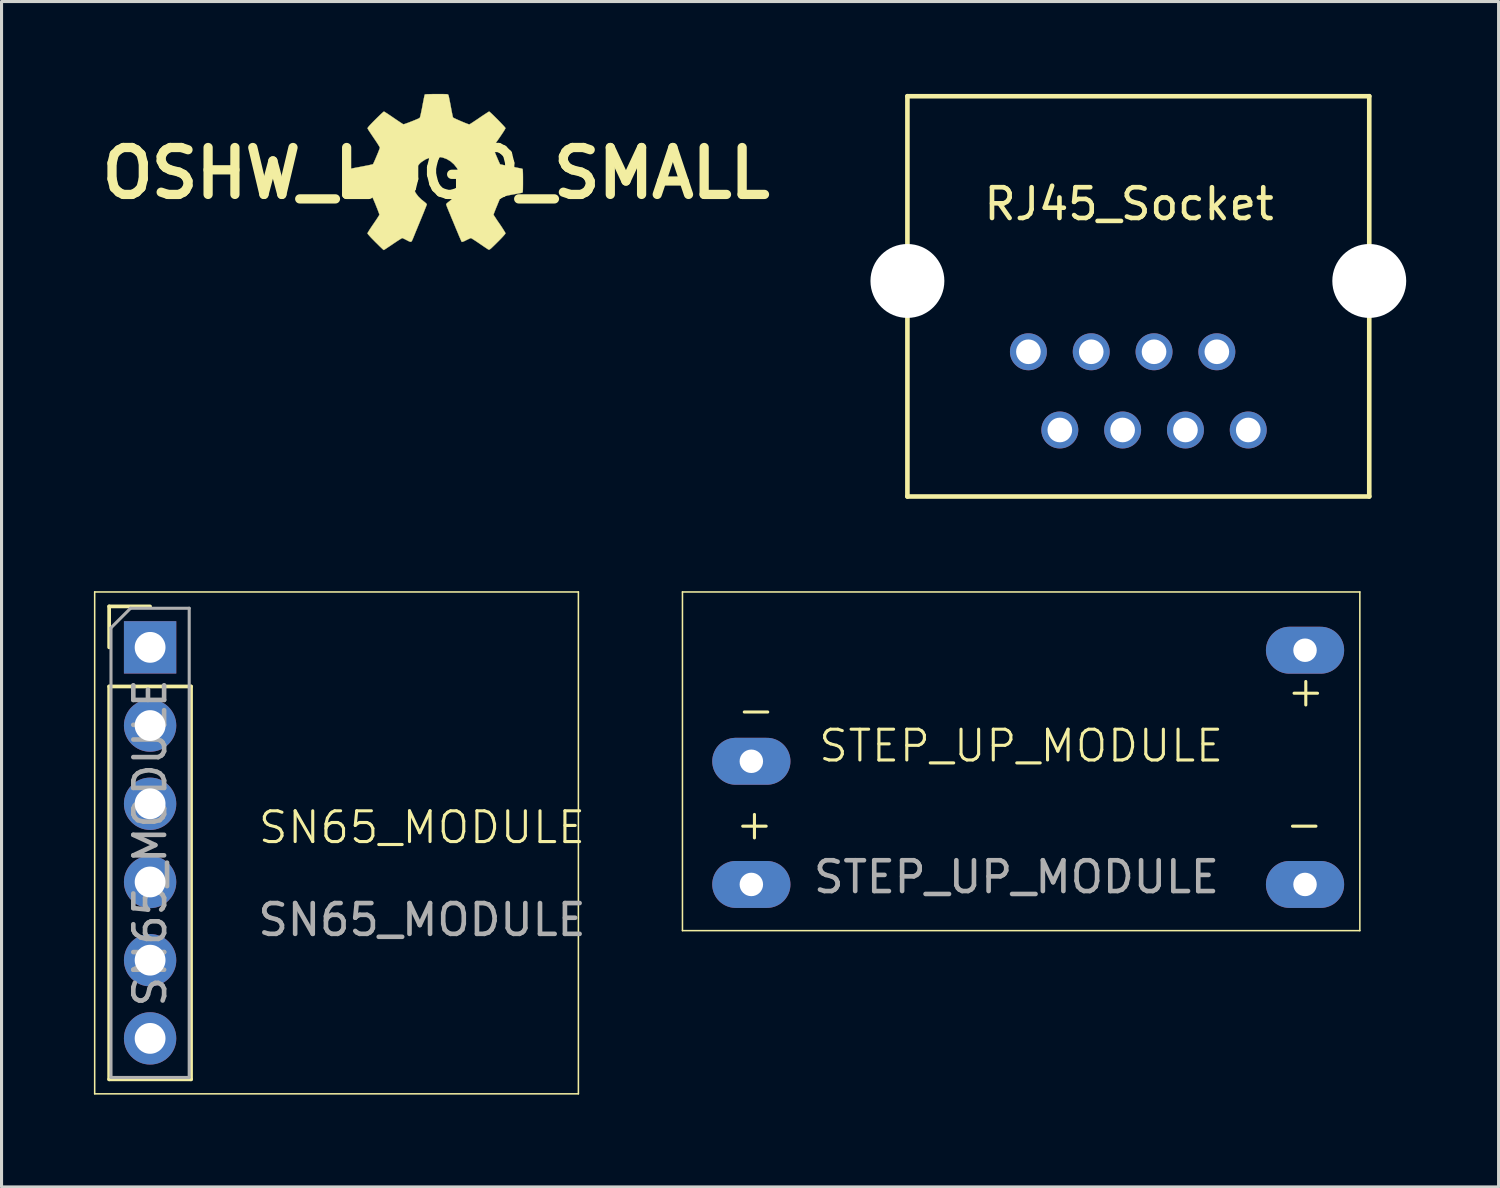
<source format=kicad_pcb>
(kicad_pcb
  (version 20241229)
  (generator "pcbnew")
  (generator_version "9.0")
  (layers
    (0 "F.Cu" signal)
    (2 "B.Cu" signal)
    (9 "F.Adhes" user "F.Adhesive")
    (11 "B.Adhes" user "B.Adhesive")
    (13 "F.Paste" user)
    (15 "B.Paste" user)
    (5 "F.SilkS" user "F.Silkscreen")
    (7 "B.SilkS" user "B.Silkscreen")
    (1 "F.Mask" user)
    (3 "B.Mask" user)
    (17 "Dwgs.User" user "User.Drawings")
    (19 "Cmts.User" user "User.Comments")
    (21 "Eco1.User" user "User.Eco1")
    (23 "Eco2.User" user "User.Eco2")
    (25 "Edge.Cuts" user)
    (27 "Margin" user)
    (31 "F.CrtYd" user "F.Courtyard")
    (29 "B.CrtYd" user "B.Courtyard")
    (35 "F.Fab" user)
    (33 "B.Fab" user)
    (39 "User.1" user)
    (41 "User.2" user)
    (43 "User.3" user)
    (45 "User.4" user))
  (footprint "RJ45_Socket"
    (layer "F.Cu")
    (at 33.921 6.075)
    (property "Reference" "RJ45_Socket" (at -0.3 -2.5 0) (layer "F.SilkS") (effects (font (size 1 1) (thickness 0.15))))
    (attr through_hole)
    (fp_line (start -7.5 -6) (end 7.5 -6) (stroke (width 0.15) (type solid)) (layer "F.SilkS"))
    (fp_line (start -7.5 7) (end -7.5 -6) (stroke (width 0.15) (type solid)) (layer "F.SilkS"))
    (fp_line (start 7.5 -6) (end 7.5 7) (stroke (width 0.15) (type solid)) (layer "F.SilkS"))
    (fp_line (start 7.5 7) (end -7.5 7) (stroke (width 0.15) (type solid)) (layer "F.SilkS"))
    (pad "" np_thru_hole circle (at -7.5 0) (size 2.4 2.4) (drill 2.4) (layers "*.Cu" "*.Mask"))
    (pad "" np_thru_hole circle (at 7.5 0) (size 2.4 2.4) (drill 2.4) (layers "*.Cu" "*.Mask"))
    (pad "1" thru_hole circle (at -3.57 2.3) (size 1.2 1.2) (drill 0.8) (layers "*.Cu" "*.Mask"))
    (pad "2" thru_hole circle (at -2.55 4.84) (size 1.2 1.2) (drill 0.8) (layers "*.Cu" "*.Mask"))
    (pad "3" thru_hole circle (at -1.53 2.3) (size 1.2 1.2) (drill 0.8) (layers "*.Cu" "*.Mask"))
    (pad "4" thru_hole circle (at -0.51 4.84) (size 1.2 1.2) (drill 0.8) (layers "*.Cu" "*.Mask"))
    (pad "5" thru_hole circle (at 0.51 2.3) (size 1.2 1.2) (drill 0.8) (layers "*.Cu" "*.Mask"))
    (pad "6" thru_hole circle (at 1.53 4.84) (size 1.2 1.2) (drill 0.8) (layers "*.Cu" "*.Mask"))
    (pad "7" thru_hole circle (at 2.55 2.3) (size 1.2 1.2) (drill 0.8) (layers "*.Cu" "*.Mask"))
    (pad "8" thru_hole circle (at 3.57 4.84) (size 1.2 1.2) (drill 0.8) (layers "*.Cu" "*.Mask")))
  (footprint "STEP_UP_MODULE"
    (layer "F.Cu")
    (at 30.115 21.675)
    (property "Reference" "STEP_UP_MODULE" (at 0 -0.5 0) (unlocked yes) (layer "F.SilkS") (effects (font (size 1 1) (thickness 0.1))))
    (attr through_hole)
    (fp_line (start -11 -5.5) (end 11 -5.5) (stroke (width 0.05) (type default)) (layer "F.SilkS"))
    (fp_line (start -11 5.5) (end -11 -5.5) (stroke (width 0.05) (type default)) (layer "F.SilkS"))
    (fp_line (start 11 -5.5) (end 11 5.5) (stroke (width 0.05) (type default)) (layer "F.SilkS"))
    (fp_line (start 11 5.5) (end -11 5.5) (stroke (width 0.05) (type default)) (layer "F.SilkS"))
    (fp_text user "+" (at -9.347 2.616 0) (unlocked yes) (layer "F.SilkS") (effects (font (size 1 1) (thickness 0.1)) (justify left bottom)))
    (fp_text user "-" (at -9.296 -1.092 0) (unlocked yes) (layer "F.SilkS") (effects (font (size 1 1) (thickness 0.1)) (justify left bottom)))
    (fp_text user "+" (at 8.56 -1.702 0) (unlocked yes) (layer "F.SilkS") (effects (font (size 1 1) (thickness 0.1)) (justify left bottom)))
    (fp_text user "-" (at 8.509 2.616 0) (unlocked yes) (layer "F.SilkS") (effects (font (size 1 1) (thickness 0.1)) (justify left bottom)))
    (fp_text user "${REFERENCE}" (at -0.152 3.759 0) (unlocked yes) (layer "F.Fab") (effects (font (size 1 1) (thickness 0.15))))
    (pad "1" thru_hole oval (at -8.763 0) (size 2.54 1.524) (drill 0.762) (layers "*.Cu" "*.Mask"))
    (pad "2" thru_hole oval (at -8.763 4) (size 2.54 1.524) (drill 0.762) (layers "*.Cu" "*.Mask"))
    (pad "3" thru_hole oval (at 9.22 4) (size 2.54 1.524) (drill 0.762) (layers "*.Cu" "*.Mask"))
    (pad "4" thru_hole oval (at 9.22 -3.607) (size 2.54 1.524) (drill 0.762) (layers "*.Cu" "*.Mask")))
  (footprint "OSHW_LOGO_SMALL"
    (layer "F.Cu")
    (at 11.111 2.575)
    (property "Reference" "OSHW_LOGO_SMALL" (at 0 0 0) (layer "F.SilkS") (effects (font (size 1.524 1.524) (thickness 0.3))))
    (attr through_hole)
    (fp_poly (pts (xy 0.131 -2.57) (xy 0.22 -2.569) (xy 0.286 -2.568) (xy 0.333 -2.567) (xy 0.364 -2.563) (xy 0.383 -2.559) (xy 0.394 -2.552) (xy 0.4 -2.543) (xy 0.403 -2.536) (xy 0.41 -2.512) (xy 0.421 -2.463) (xy 0.435 -2.395) (xy 0.452 -2.31) (xy 0.47 -2.216) (xy 0.479 -2.167) (xy 0.497 -2.07) (xy 0.514 -1.981) (xy 0.529 -1.907) (xy 0.541 -1.851) (xy 0.549 -1.817) (xy 0.552 -1.81) (xy 0.568 -1.799) (xy 0.607 -1.779) (xy 0.663 -1.753) (xy 0.731 -1.723) (xy 0.804 -1.691) (xy 0.879 -1.659) (xy 0.95 -1.63) (xy 1.01 -1.607) (xy 1.056 -1.59) (xy 1.081 -1.584) (xy 1.082 -1.584) (xy 1.098 -1.592) (xy 1.135 -1.615) (xy 1.19 -1.65) (xy 1.259 -1.696) (xy 1.339 -1.749) (xy 1.403 -1.793) (xy 1.488 -1.851) (xy 1.565 -1.902) (xy 1.631 -1.945) (xy 1.682 -1.978) (xy 1.714 -1.997) (xy 1.725 -2.002) (xy 1.741 -1.992) (xy 1.774 -1.963) (xy 1.82 -1.92) (xy 1.876 -1.866) (xy 1.938 -1.804) (xy 2.004 -1.739) (xy 2.068 -1.673) (xy 2.128 -1.61) (xy 2.181 -1.554) (xy 2.222 -1.509) (xy 2.248 -1.477) (xy 2.256 -1.464) (xy 2.249 -1.445) (xy 2.228 -1.407) (xy 2.192 -1.35) (xy 2.141 -1.272) (xy 2.074 -1.173) (xy 1.99 -1.051) (xy 1.948 -0.991) (xy 1.91 -0.934) (xy 1.879 -0.884) (xy 1.859 -0.848) (xy 1.853 -0.832) (xy 1.858 -0.813) (xy 1.874 -0.772) (xy 1.897 -0.714) (xy 1.925 -0.645) (xy 1.956 -0.57) (xy 1.989 -0.494) (xy 2.019 -0.423) (xy 2.046 -0.362) (xy 2.067 -0.316) (xy 2.08 -0.292) (xy 2.082 -0.289) (xy 2.098 -0.284) (xy 2.14 -0.275) (xy 2.202 -0.262) (xy 2.282 -0.246) (xy 2.374 -0.228) (xy 2.436 -0.216) (xy 2.535 -0.198) (xy 2.624 -0.18) (xy 2.7 -0.165) (xy 2.758 -0.154) (xy 2.794 -0.146) (xy 2.803 -0.143) (xy 2.81 -0.136) (xy 2.815 -0.118) (xy 2.818 -0.085) (xy 2.821 -0.035) (xy 2.823 0.035) (xy 2.824 0.129) (xy 2.824 0.245) (xy 2.824 0.362) (xy 2.823 0.452) (xy 2.822 0.52) (xy 2.82 0.568) (xy 2.817 0.6) (xy 2.812 0.619) (xy 2.806 0.629) (xy 2.798 0.633) (xy 2.772 0.639) (xy 2.725 0.649) (xy 2.665 0.66) (xy 2.637 0.665) (xy 2.492 0.691) (xy 2.373 0.714) (xy 2.279 0.732) (xy 2.208 0.748) (xy 2.156 0.761) (xy 2.121 0.772) (xy 2.102 0.782) (xy 2.096 0.786) (xy 2.086 0.806) (xy 2.067 0.848) (xy 2.042 0.907) (xy 2.013 0.977) (xy 1.982 1.053) (xy 1.95 1.13) (xy 1.921 1.203) (xy 1.896 1.267) (xy 1.878 1.316) (xy 1.869 1.344) (xy 1.868 1.349) (xy 1.876 1.364) (xy 1.899 1.4) (xy 1.934 1.453) (xy 1.978 1.521) (xy 2.031 1.598) (xy 2.062 1.643) (xy 2.118 1.725) (xy 2.167 1.8) (xy 2.208 1.865) (xy 2.238 1.914) (xy 2.254 1.946) (xy 2.256 1.953) (xy 2.246 1.972) (xy 2.216 2.008) (xy 2.17 2.06) (xy 2.11 2.124) (xy 2.038 2.198) (xy 1.996 2.239) (xy 1.915 2.32) (xy 1.852 2.381) (xy 1.805 2.426) (xy 1.77 2.457) (xy 1.745 2.475) (xy 1.727 2.483) (xy 1.714 2.484) (xy 1.702 2.48) (xy 1.702 2.48) (xy 1.68 2.466) (xy 1.638 2.438) (xy 1.579 2.399) (xy 1.509 2.351) (xy 1.431 2.298) (xy 1.411 2.284) (xy 1.333 2.231) (xy 1.262 2.184) (xy 1.203 2.147) (xy 1.16 2.12) (xy 1.136 2.107) (xy 1.134 2.107) (xy 1.113 2.113) (xy 1.073 2.131) (xy 1.019 2.156) (xy 0.982 2.175) (xy 0.922 2.205) (xy 0.874 2.224) (xy 0.843 2.232) (xy 0.836 2.231) (xy 0.827 2.214) (xy 0.808 2.174) (xy 0.781 2.112) (xy 0.747 2.034) (xy 0.709 1.942) (xy 0.666 1.839) (xy 0.649 1.8) (xy 0.602 1.685) (xy 0.554 1.569) (xy 0.507 1.458) (xy 0.466 1.357) (xy 0.431 1.273) (xy 0.404 1.21) (xy 0.403 1.206) (xy 0.375 1.137) (xy 0.352 1.078) (xy 0.336 1.034) (xy 0.329 1.01) (xy 0.329 1.009) (xy 0.34 0.991) (xy 0.37 0.962) (xy 0.413 0.928) (xy 0.422 0.922) (xy 0.552 0.814) (xy 0.655 0.697) (xy 0.729 0.57) (xy 0.776 0.432) (xy 0.796 0.283) (xy 0.797 0.247) (xy 0.784 0.097) (xy 0.745 -0.04) (xy 0.679 -0.168) (xy 0.584 -0.288) (xy 0.583 -0.289) (xy 0.471 -0.388) (xy 0.347 -0.461) (xy 0.213 -0.51) (xy 0.073 -0.533) (xy -0.068 -0.531) (xy -0.207 -0.503) (xy -0.341 -0.449) (xy -0.465 -0.369) (xy -0.508 -0.334) (xy -0.612 -0.222) (xy -0.689 -0.097) (xy -0.738 0.04) (xy -0.761 0.189) (xy -0.762 0.237) (xy -0.751 0.387) (xy -0.718 0.521) (xy -0.661 0.642) (xy -0.578 0.754) (xy -0.468 0.861) (xy -0.403 0.912) (xy -0.356 0.949) (xy -0.32 0.982) (xy -0.301 1.005) (xy -0.299 1.01) (xy -0.304 1.028) (xy -0.32 1.071) (xy -0.345 1.134) (xy -0.377 1.215) (xy -0.415 1.311) (xy -0.459 1.417) (xy -0.495 1.505) (xy -0.544 1.623) (xy -0.591 1.737) (xy -0.634 1.842) (xy -0.673 1.936) (xy -0.704 2.013) (xy -0.727 2.069) (xy -0.736 2.092) (xy -0.765 2.161) (xy -0.787 2.205) (xy -0.81 2.226) (xy -0.839 2.228) (xy -0.881 2.211) (xy -0.942 2.18) (xy -0.949 2.176) (xy -1.007 2.146) (xy -1.055 2.123) (xy -1.089 2.109) (xy -1.098 2.107) (xy -1.116 2.115) (xy -1.154 2.138) (xy -1.21 2.173) (xy -1.278 2.217) (xy -1.357 2.27) (xy -1.403 2.301) (xy -1.484 2.356) (xy -1.558 2.405) (xy -1.619 2.446) (xy -1.665 2.476) (xy -1.693 2.493) (xy -1.698 2.495) (xy -1.711 2.485) (xy -1.743 2.457) (xy -1.789 2.413) (xy -1.847 2.357) (xy -1.914 2.29) (xy -1.968 2.238) (xy -2.039 2.165) (xy -2.104 2.099) (xy -2.157 2.041) (xy -2.197 1.995) (xy -2.221 1.965) (xy -2.226 1.955) (xy -2.218 1.935) (xy -2.195 1.896) (xy -2.16 1.839) (xy -2.114 1.769) (xy -2.062 1.691) (xy -2.032 1.648) (xy -1.977 1.567) (xy -1.927 1.493) (xy -1.887 1.431) (xy -1.857 1.383) (xy -1.841 1.355) (xy -1.838 1.349) (xy -1.844 1.327) (xy -1.859 1.284) (xy -1.881 1.224) (xy -1.909 1.152) (xy -1.94 1.075) (xy -1.971 0.997) (xy -2.002 0.923) (xy -2.029 0.859) (xy -2.051 0.811) (xy -2.065 0.784) (xy -2.068 0.78) (xy -2.088 0.772) (xy -2.132 0.759) (xy -2.198 0.744) (xy -2.279 0.727) (xy -2.372 0.709) (xy -2.422 0.699) (xy -2.519 0.681) (xy -2.607 0.664) (xy -2.68 0.648) (xy -2.736 0.636) (xy -2.769 0.627) (xy -2.775 0.624) (xy -2.782 0.604) (xy -2.787 0.56) (xy -2.791 0.497) (xy -2.794 0.419) (xy -2.795 0.331) (xy -2.796 0.238) (xy -2.795 0.146) (xy -2.793 0.058) (xy -2.79 -0.02) (xy -2.786 -0.082) (xy -2.78 -0.125) (xy -2.774 -0.143) (xy -2.773 -0.143) (xy -2.753 -0.148) (xy -2.708 -0.158) (xy -2.643 -0.171) (xy -2.561 -0.187) (xy -2.467 -0.204) (xy -2.406 -0.216) (xy -2.308 -0.235) (xy -2.219 -0.252) (xy -2.145 -0.268) (xy -2.089 -0.281) (xy -2.055 -0.29) (xy -2.047 -0.293) (xy -2.036 -0.313) (xy -2.016 -0.355) (xy -1.99 -0.413) (xy -1.96 -0.483) (xy -1.928 -0.558) (xy -1.896 -0.634) (xy -1.868 -0.704) (xy -1.845 -0.763) (xy -1.829 -0.807) (xy -1.823 -0.828) (xy -1.823 -0.829) (xy -1.831 -0.848) (xy -1.854 -0.888) (xy -1.889 -0.945) (xy -1.934 -1.015) (xy -1.987 -1.094) (xy -2.019 -1.141) (xy -2.075 -1.224) (xy -2.126 -1.3) (xy -2.169 -1.364) (xy -2.2 -1.415) (xy -2.219 -1.446) (xy -2.223 -1.454) (xy -2.22 -1.47) (xy -2.203 -1.495) (xy -2.171 -1.534) (xy -2.122 -1.587) (xy -2.055 -1.657) (xy -1.971 -1.742) (xy -1.898 -1.814) (xy -1.832 -1.878) (xy -1.775 -1.932) (xy -1.731 -1.972) (xy -1.702 -1.996) (xy -1.692 -2.002) (xy -1.675 -1.994) (xy -1.638 -1.971) (xy -1.582 -1.936) (xy -1.514 -1.89) (xy -1.435 -1.837) (xy -1.379 -1.798) (xy -1.295 -1.741) (xy -1.218 -1.689) (xy -1.153 -1.646) (xy -1.102 -1.613) (xy -1.07 -1.593) (xy -1.061 -1.588) (xy -1.04 -1.592) (xy -0.998 -1.605) (xy -0.939 -1.626) (xy -0.869 -1.652) (xy -0.794 -1.681) (xy -0.719 -1.711) (xy -0.649 -1.74) (xy -0.59 -1.765) (xy -0.548 -1.786) (xy -0.528 -1.798) (xy -0.52 -1.817) (xy -0.508 -1.861) (xy -0.493 -1.926) (xy -0.476 -2.008) (xy -0.456 -2.103) (xy -0.442 -2.179) (xy -0.423 -2.28) (xy -0.405 -2.371) (xy -0.39 -2.448) (xy -0.377 -2.508) (xy -0.369 -2.545) (xy -0.365 -2.556) (xy -0.348 -2.56) (xy -0.305 -2.564) (xy -0.24 -2.566) (xy -0.155 -2.568) (xy -0.055 -2.57) (xy 0.016 -2.57) (xy 0.131 -2.57)) (stroke (width 0.01) (type solid)) (fill yes) (layer "F.SilkS")))
  (footprint "SN65_MODULE"
    (layer "F.Cu")
    (at 10.655 24.325)
    (property "Reference" "SN65_MODULE" (at 0 -0.5 0) (unlocked yes) (layer "F.SilkS") (effects (font (size 1 1) (thickness 0.1))))
    (attr through_hole)
    (fp_line (start -10.63 -8.15) (end -10.63 8.15) (stroke (width 0.05) (type solid)) (layer "F.SilkS"))
    (fp_line (start -10.63 8.15) (end 5.08 8.15) (stroke (width 0.05) (type solid)) (layer "F.SilkS"))
    (fp_line (start -10.16 -7.68) (end -8.83 -7.68) (stroke (width 0.12) (type solid)) (layer "F.SilkS"))
    (fp_line (start -10.16 -6.35) (end -10.16 -7.68) (stroke (width 0.12) (type solid)) (layer "F.SilkS"))
    (fp_line (start -10.16 -5.08) (end -10.16 7.68) (stroke (width 0.12) (type solid)) (layer "F.SilkS"))
    (fp_line (start -10.16 -5.08) (end -7.5 -5.08) (stroke (width 0.12) (type solid)) (layer "F.SilkS"))
    (fp_line (start -10.16 7.68) (end -7.5 7.68) (stroke (width 0.12) (type solid)) (layer "F.SilkS"))
    (fp_line (start -7.5 -5.08) (end -7.5 7.68) (stroke (width 0.12) (type solid)) (layer "F.SilkS"))
    (fp_line (start 5.08 -8.15) (end -10.63 -8.15) (stroke (width 0.05) (type solid)) (layer "F.SilkS"))
    (fp_line (start 5.08 8.15) (end 5.08 -8.15) (stroke (width 0.05) (type solid)) (layer "F.SilkS"))
    (fp_line (start -10.1 -6.985) (end -9.465 -7.62) (stroke (width 0.1) (type solid)) (layer "F.Fab"))
    (fp_line (start -10.1 7.62) (end -10.1 -6.985) (stroke (width 0.1) (type solid)) (layer "F.Fab"))
    (fp_line (start -9.465 -7.62) (end -7.56 -7.62) (stroke (width 0.1) (type solid)) (layer "F.Fab"))
    (fp_line (start -7.56 -7.62) (end -7.56 7.62) (stroke (width 0.1) (type solid)) (layer "F.Fab"))
    (fp_line (start -7.56 7.62) (end -10.1 7.62) (stroke (width 0.1) (type solid)) (layer "F.Fab"))
    (fp_text user "${REFERENCE}" (at 0 2.5 0) (unlocked yes) (layer "F.Fab") (effects (font (size 1 1) (thickness 0.15))))
    (fp_text user "${REFERENCE}" (at -8.83 0 90) (layer "F.Fab") (effects (font (size 1 1) (thickness 0.15))))
    (pad "1" thru_hole rect (at -8.83 -6.35) (size 1.7 1.7) (drill 1) (layers "*.Cu" "*.Mask"))
    (pad "2" thru_hole oval (at -8.83 -3.81) (size 1.7 1.7) (drill 1) (layers "*.Cu" "*.Mask"))
    (pad "3" thru_hole oval (at -8.83 -1.27) (size 1.7 1.7) (drill 1) (layers "*.Cu" "*.Mask"))
    (pad "4" thru_hole oval (at -8.83 1.27) (size 1.7 1.7) (drill 1) (layers "*.Cu" "*.Mask"))
    (pad "5" thru_hole oval (at -8.83 3.81) (size 1.7 1.7) (drill 1) (layers "*.Cu" "*.Mask"))
    (pad "6" thru_hole oval (at -8.83 6.35) (size 1.7 1.7) (drill 1) (layers "*.Cu" "*.Mask")))
  (gr_rect
    (start -3 -3)
    (end 45.621 35.5)
    (stroke (width 0.1) (type default))
    (fill no)
    (layer "Edge.Cuts")))
</source>
